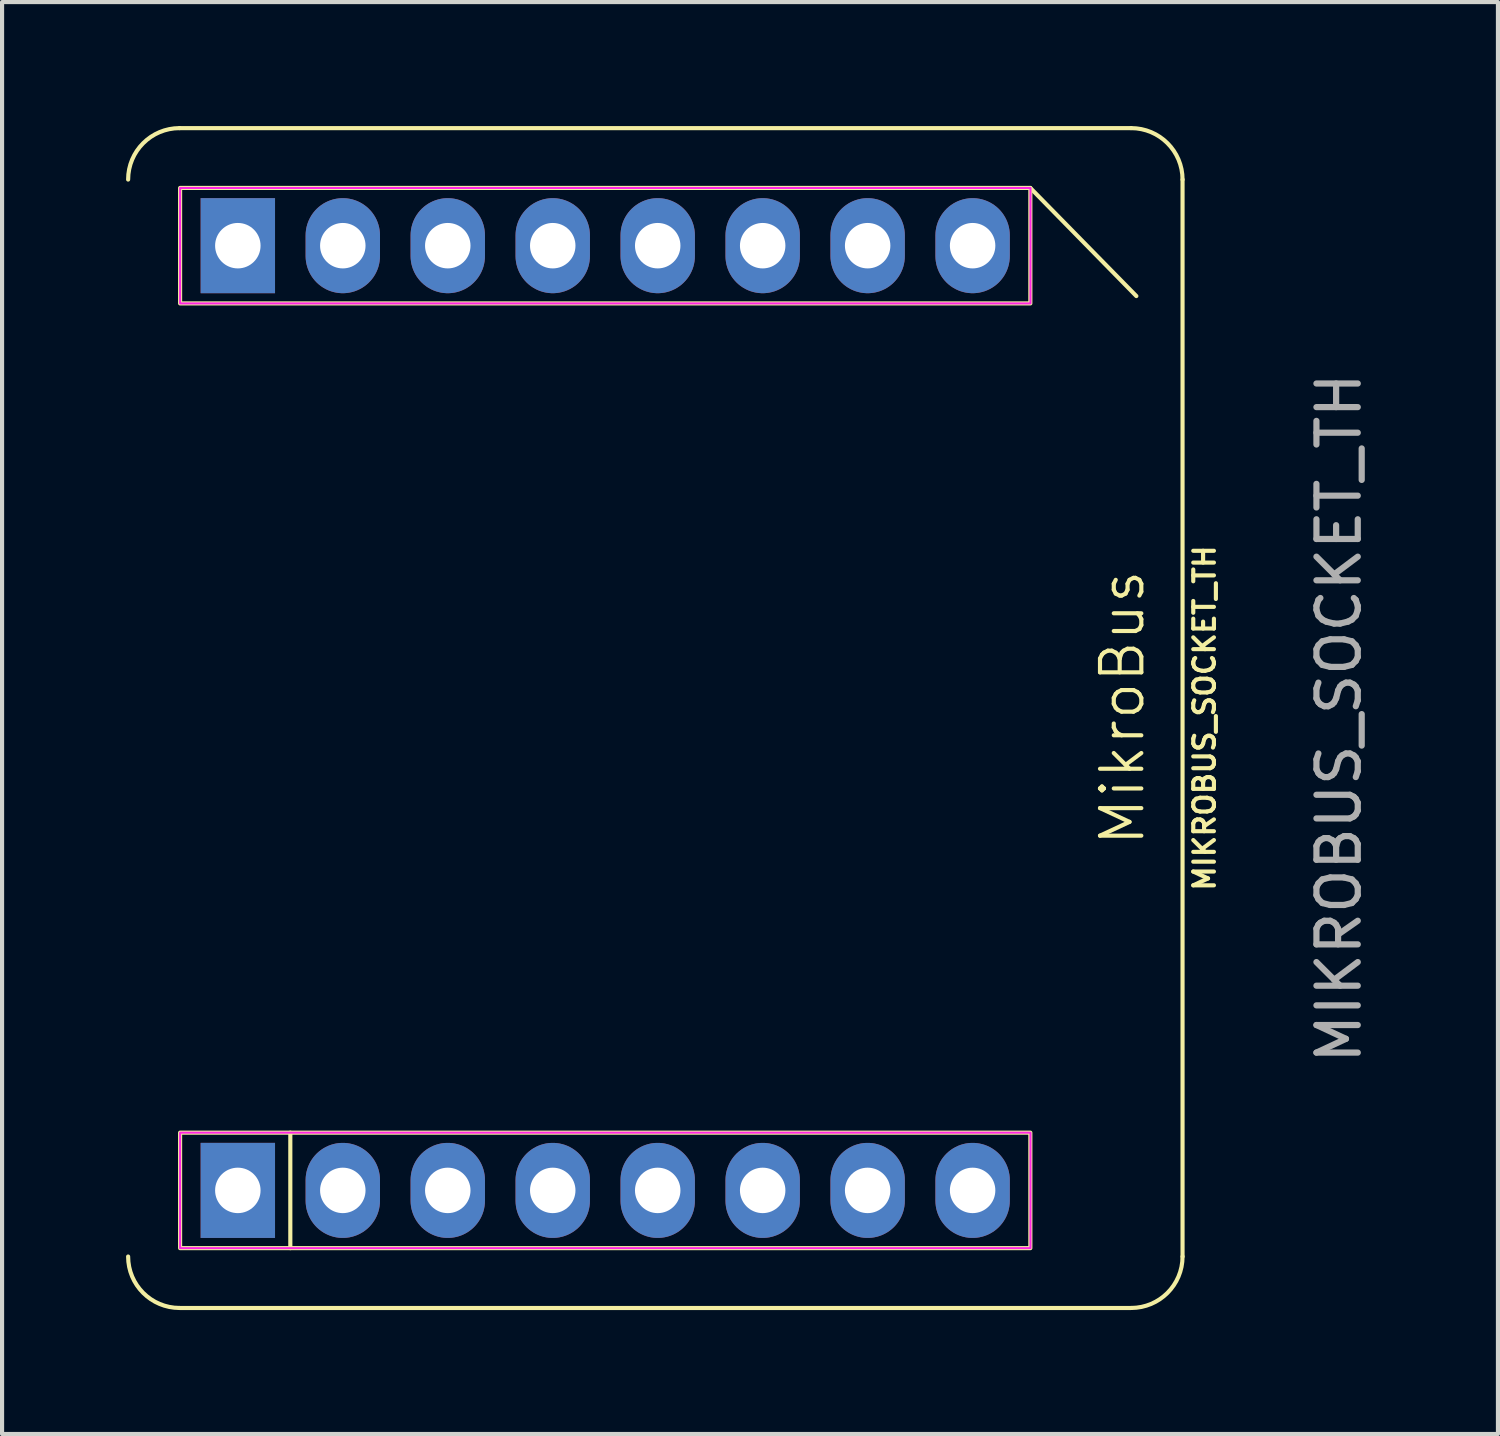
<source format=kicad_pcb>
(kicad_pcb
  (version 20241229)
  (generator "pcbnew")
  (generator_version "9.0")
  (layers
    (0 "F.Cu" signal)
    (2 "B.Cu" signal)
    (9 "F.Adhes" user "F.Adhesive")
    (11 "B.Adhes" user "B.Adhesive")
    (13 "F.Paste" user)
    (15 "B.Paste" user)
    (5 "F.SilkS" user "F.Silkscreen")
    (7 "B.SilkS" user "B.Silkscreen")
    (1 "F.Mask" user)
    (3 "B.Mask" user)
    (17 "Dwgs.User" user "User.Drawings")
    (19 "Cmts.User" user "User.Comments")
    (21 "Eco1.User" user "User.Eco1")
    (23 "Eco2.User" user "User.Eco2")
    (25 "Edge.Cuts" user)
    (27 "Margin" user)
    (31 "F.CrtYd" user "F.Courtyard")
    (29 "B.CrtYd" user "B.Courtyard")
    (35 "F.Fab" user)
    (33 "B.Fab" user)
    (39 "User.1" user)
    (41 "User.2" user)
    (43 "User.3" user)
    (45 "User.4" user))
  (footprint "MIKROBUS_SOCKET_TH"
    (layer "F.Cu")
    (at 11.595 14.325)
    (property "Reference" "MIKROBUS_SOCKET_TH" (at 14.503 0 90) (unlocked yes) (layer "F.SilkS") (effects (font (size 0.5 0.5) (thickness 0.1))))
    (attr smd)
    (fp_line (start -10.3 14.275) (end 12.725 14.275) (stroke (width 0.1) (type default)) (layer "F.SilkS"))
    (fp_line (start -7.62 10.033) (end -7.62 12.827) (stroke (width 0.1) (type default)) (layer "F.SilkS"))
    (fp_line (start 10.287 -12.827) (end 12.852 -10.211) (stroke (width 0.1) (type default)) (layer "F.SilkS"))
    (fp_line (start 12.725 -14.275) (end -10.3 -14.275) (stroke (width 0.1) (type default)) (layer "F.SilkS"))
    (fp_line (start 13.97 13.03) (end 13.97 -13.03) (stroke (width 0.1) (type default)) (layer "F.SilkS"))
    (fp_rect (start -10.287 -12.827) (end 10.287 -10.033) (stroke (width 0.1) (type solid)) (fill no) (layer "F.SilkS"))
    (fp_rect (start -10.287 10.033) (end 10.287 12.827) (stroke (width 0.1) (type solid)) (fill no) (layer "F.SilkS"))
    (fp_arc (start -11.5446 -13.0302) (mid -11.180065 -13.910265) (end -10.3 -14.2748) (stroke (width 0.1) (type default)) (layer "F.SilkS"))
    (fp_arc (start -10.3 14.2748) (mid -11.180065 13.910265) (end -11.5446 13.0302) (stroke (width 0.1) (type default)) (layer "F.SilkS"))
    (fp_arc (start 12.7254 -14.2748) (mid 13.605465 -13.910265) (end 13.97 -13.0302) (stroke (width 0.1) (type default)) (layer "F.SilkS"))
    (fp_arc (start 13.97 13.0302) (mid 13.605465 13.910265) (end 12.7254 14.2748) (stroke (width 0.1) (type default)) (layer "F.SilkS"))
    (fp_rect (start -10.287 -12.827) (end 10.29 -10.033) (stroke (width 0.05) (type solid)) (fill no) (layer "F.CrtYd"))
    (fp_rect (start -10.287 10.033) (end 10.29 12.827) (stroke (width 0.05) (type default)) (fill no) (layer "F.CrtYd"))
    (fp_text user "MikroBus" (at 13.1 3.15 90) (unlocked yes) (layer "F.SilkS") (effects (font (size 1 1) (thickness 0.1)) (justify left bottom)))
    (fp_text user "${REFERENCE}" (at 17.755 0 90) (unlocked yes) (layer "F.Fab") (effects (font (size 1 1) (thickness 0.15))))
    (pad "1" thru_hole rect (at -8.89 11.43) (size 1.8 2.3) (drill 1.1) (layers "*.Cu" "*.Mask"))
    (pad "2" thru_hole oval (at -6.35 11.43) (size 1.8 2.3) (drill 1.1) (layers "*.Cu" "*.Mask"))
    (pad "3" thru_hole oval (at -3.81 11.43) (size 1.8 2.3) (drill 1.1) (layers "*.Cu" "*.Mask"))
    (pad "4" thru_hole oval (at -1.27 11.43) (size 1.8 2.3) (drill 1.1) (layers "*.Cu" "*.Mask"))
    (pad "5" thru_hole oval (at 1.27 11.43) (size 1.8 2.3) (drill 1.1) (layers "*.Cu" "*.Mask"))
    (pad "6" thru_hole oval (at 3.81 11.43) (size 1.8 2.3) (drill 1.1) (layers "*.Cu" "*.Mask"))
    (pad "7" thru_hole oval (at 6.35 11.43) (size 1.8 2.3) (drill 1.1) (layers "*.Cu" "*.Mask"))
    (pad "8" thru_hole oval (at 8.89 11.43) (size 1.8 2.3) (drill 1.1) (layers "*.Cu" "*.Mask"))
    (pad "9" thru_hole oval (at 8.89 -11.43) (size 1.8 2.3) (drill 1.1) (layers "*.Cu" "*.Mask"))
    (pad "10" thru_hole oval (at 6.35 -11.43) (size 1.8 2.3) (drill 1.1) (layers "*.Cu" "*.Mask"))
    (pad "11" thru_hole oval (at 3.81 -11.43) (size 1.8 2.3) (drill 1.1) (layers "*.Cu" "*.Mask"))
    (pad "12" thru_hole oval (at 1.27 -11.43) (size 1.8 2.3) (drill 1.1) (layers "*.Cu" "*.Mask"))
    (pad "13" thru_hole oval (at -1.27 -11.43) (size 1.8 2.3) (drill 1.1) (layers "*.Cu" "*.Mask"))
    (pad "14" thru_hole oval (at -3.81 -11.43) (size 1.8 2.3) (drill 1.1) (layers "*.Cu" "*.Mask"))
    (pad "15" thru_hole oval (at -6.35 -11.43) (size 1.8 2.3) (drill 1.1) (layers "*.Cu" "*.Mask"))
    (pad "16" thru_hole rect (at -8.89 -11.43) (size 1.8 2.3) (drill 1.1) (layers "*.Cu" "*.Mask")))
  (gr_rect
    (start -3 -3)
    (end 33.197 31.65)
    (stroke (width 0.1) (type default))
    (fill no)
    (layer "Edge.Cuts")))
</source>
